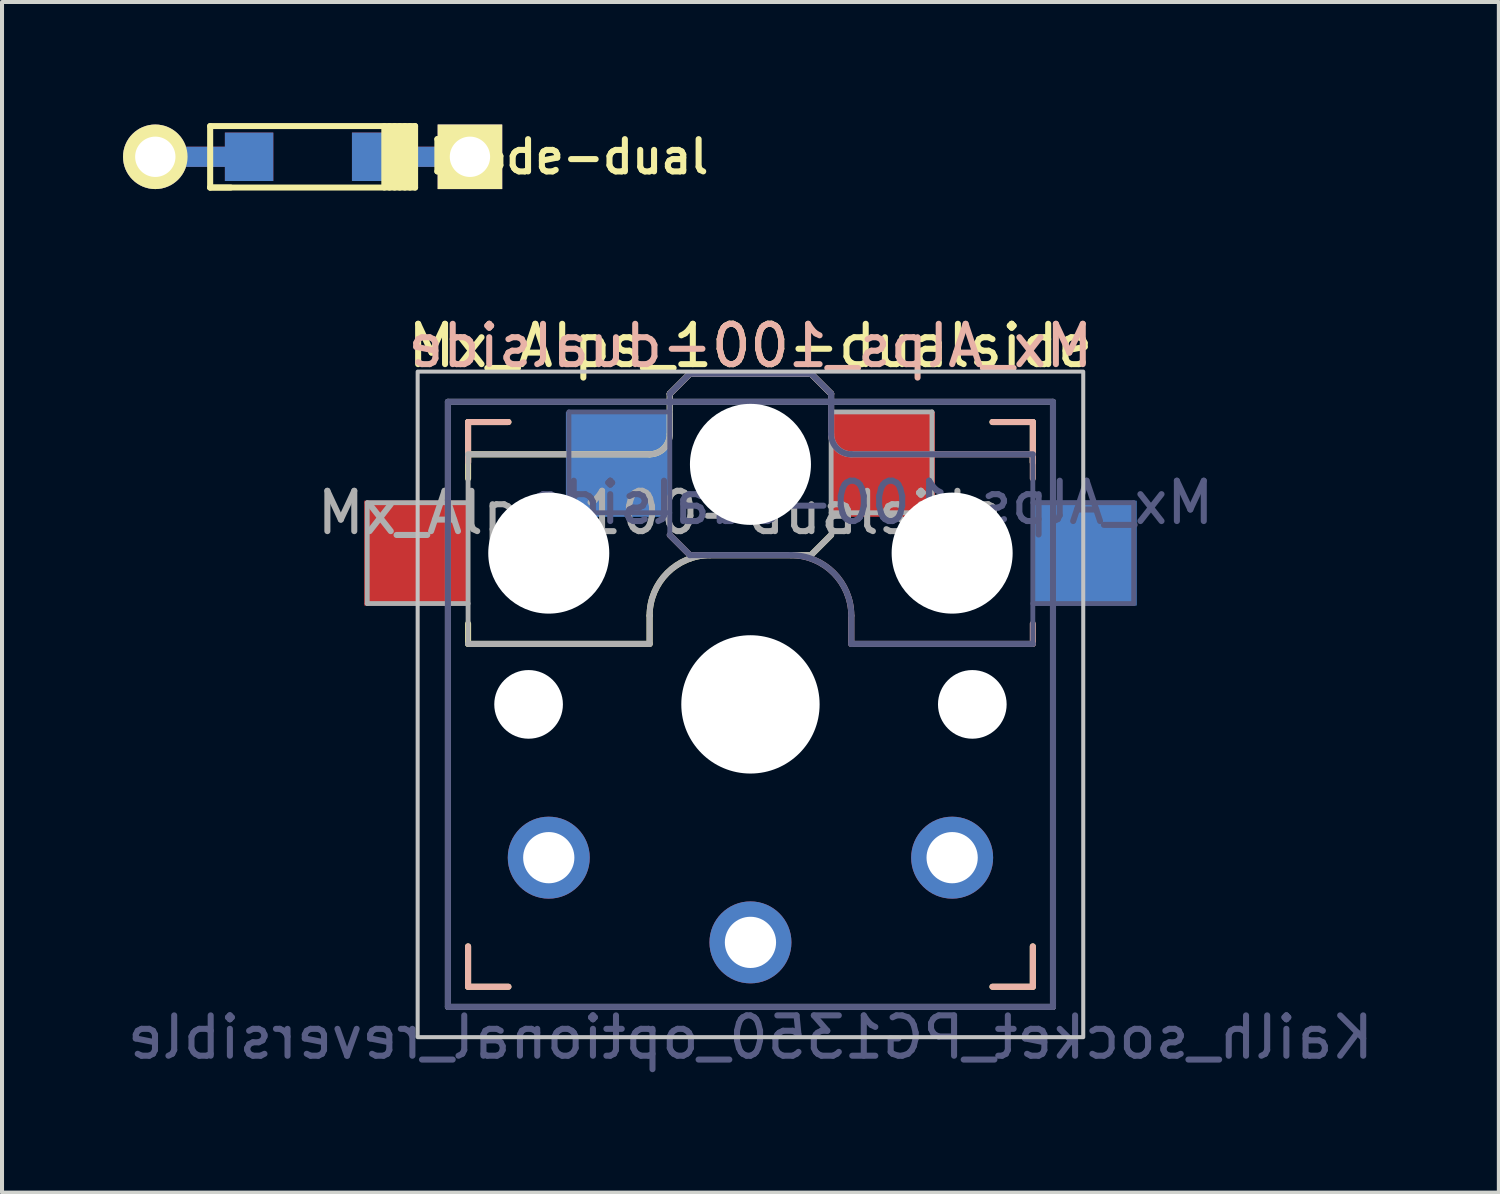
<source format=kicad_pcb>
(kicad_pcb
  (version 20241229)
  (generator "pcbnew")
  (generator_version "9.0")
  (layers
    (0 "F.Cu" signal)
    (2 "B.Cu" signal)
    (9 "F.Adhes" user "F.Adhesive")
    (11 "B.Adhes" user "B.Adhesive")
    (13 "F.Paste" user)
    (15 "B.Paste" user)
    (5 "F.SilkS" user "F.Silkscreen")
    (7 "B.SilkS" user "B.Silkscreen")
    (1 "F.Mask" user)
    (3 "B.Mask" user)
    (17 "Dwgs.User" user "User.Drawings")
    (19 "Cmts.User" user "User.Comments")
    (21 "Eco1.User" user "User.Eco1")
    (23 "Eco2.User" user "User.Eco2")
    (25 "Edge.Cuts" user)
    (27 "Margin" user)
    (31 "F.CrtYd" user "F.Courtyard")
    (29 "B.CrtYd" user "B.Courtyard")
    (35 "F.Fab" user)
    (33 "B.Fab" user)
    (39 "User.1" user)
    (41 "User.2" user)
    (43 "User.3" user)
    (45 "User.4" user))
  (footprint "Diode-dual"
    (layer "F.Cu")
    (at 4.7 0.837)
    (property "Reference" "Diode-dual" (at 6.35 0 0) (layer "F.SilkS") (effects (font (size 0.8 0.8) (thickness 0.15))))
    (attr smd)
    (fp_line (start -2.54 0.762) (end -2.032 0.762) (stroke (width 0.15) (type solid)) (layer "F.SilkS"))
    (fp_line (start -2.54 0.762) (end 2.54 0.762) (stroke (width 0.15) (type solid)) (layer "F.SilkS"))
    (fp_line (start -2.54 -0.762) (end -2.54 0.762) (stroke (width 0.15) (type solid)) (layer "F.SilkS"))
    (fp_line (start 1.778 0.762) (end 1.778 -0.762) (stroke (width 0.15) (type solid)) (layer "F.SilkS"))
    (fp_line (start 1.905 0.762) (end 1.905 -0.762) (stroke (width 0.15) (type solid)) (layer "F.SilkS"))
    (fp_line (start 2.032 -0.762) (end 2.032 0.762) (stroke (width 0.15) (type solid)) (layer "F.SilkS"))
    (fp_line (start 2.159 0.762) (end 2.159 -0.762) (stroke (width 0.15) (type solid)) (layer "F.SilkS"))
    (fp_line (start 2.286 -0.762) (end 2.286 0.762) (stroke (width 0.15) (type solid)) (layer "F.SilkS"))
    (fp_line (start 2.413 0.762) (end 2.413 -0.762) (stroke (width 0.15) (type solid)) (layer "F.SilkS"))
    (fp_line (start 2.54 0.762) (end 2.54 -0.762) (stroke (width 0.15) (type solid)) (layer "F.SilkS"))
    (fp_line (start 2.54 -0.762) (end -2.54 -0.762) (stroke (width 0.15) (type solid)) (layer "F.SilkS"))
    (pad "1" smd rect (at 1.575 0) (size 1.2 1.2) (layers "F.Cu" "F.Mask" "F.Paste"))
    (pad "1" smd rect (at 1.575 0) (size 1.2 1.2) (layers "B.Cu" "B.Mask" "B.Paste"))
    (pad "1" smd rect (at 2.7 0) (size 2.5 0.5) (layers "F.Cu"))
    (pad "1" smd rect (at 2.7 0) (size 2.5 0.5) (layers "B.Cu"))
    (pad "1" thru_hole rect (at 3.9 0) (size 1.6 1.6) (drill 1) (layers "*.Cu" "*.Mask" "F.SilkS"))
    (pad "2" thru_hole circle (at -3.9 0) (size 1.6 1.6) (drill 1) (layers "*.Cu" "*.Mask" "F.SilkS"))
    (pad "2" smd rect (at -2.7 0) (size 2.5 0.5) (layers "F.Cu"))
    (pad "2" smd rect (at -2.7 0) (size 2.5 0.5) (layers "B.Cu"))
    (pad "2" smd rect (at -1.575 0) (size 1.2 1.2) (layers "F.Cu" "F.Mask" "F.Paste"))
    (pad "2" smd rect (at -1.575 0) (size 1.2 1.2) (layers "B.Cu" "B.Mask" "B.Paste")))
  (footprint "Mx_Alps_100-dualside"
    (layer "F.Cu")
    (at 15.554 14.412)
    (property "Reference" "Mx_Alps_100-dualside" (at 0 -8.89 0) (layer "F.SilkS") (effects (font (size 1 1) (thickness 0.15))))
    (property "Value" "Kailh_socket_PG1350_optional_reversible" (at 0 8.255 0) (layer "F.Fab") (hide yes) (effects (font (size 1 1) (thickness 0.15))))
    (attr through_hole)
    (fp_line (start -7 -7) (end -6 -7) (stroke (width 0.15) (type solid)) (layer "F.SilkS"))
    (fp_line (start -7 -6.2) (end -2.5 -6.2) (stroke (width 0.15) (type solid)) (layer "F.SilkS"))
    (fp_line (start -7 -6) (end -7 -7) (stroke (width 0.15) (type solid)) (layer "F.SilkS"))
    (fp_line (start -7 -5.6) (end -7 -6.2) (stroke (width 0.15) (type solid)) (layer "F.SilkS"))
    (fp_line (start -7 -1.5) (end -7 -2) (stroke (width 0.15) (type solid)) (layer "F.SilkS"))
    (fp_line (start -7 7) (end -7 6) (stroke (width 0.15) (type solid)) (layer "F.SilkS"))
    (fp_line (start -6 7) (end -7 7) (stroke (width 0.15) (type solid)) (layer "F.SilkS"))
    (fp_line (start -2.5 -2.2) (end -2.5 -1.5) (stroke (width 0.15) (type solid)) (layer "F.SilkS"))
    (fp_line (start -2.5 -1.5) (end -7 -1.5) (stroke (width 0.15) (type solid)) (layer "F.SilkS"))
    (fp_line (start -2 -6.7) (end -2 -7.7) (stroke (width 0.15) (type solid)) (layer "F.SilkS"))
    (fp_line (start -1.5 -8.2) (end -2 -7.7) (stroke (width 0.15) (type solid)) (layer "F.SilkS"))
    (fp_line (start 1.5 -8.2) (end -1.5 -8.2) (stroke (width 0.15) (type solid)) (layer "F.SilkS"))
    (fp_line (start 1.5 -3.7) (end -1 -3.7) (stroke (width 0.15) (type solid)) (layer "F.SilkS"))
    (fp_line (start 2 -7.7) (end 1.5 -8.2) (stroke (width 0.15) (type solid)) (layer "F.SilkS"))
    (fp_line (start 2 -4.2) (end 1.5 -3.7) (stroke (width 0.15) (type solid)) (layer "F.SilkS"))
    (fp_line (start 6 -7) (end 7 -7) (stroke (width 0.15) (type solid)) (layer "F.SilkS"))
    (fp_line (start 7 -7) (end 7 -6) (stroke (width 0.15) (type solid)) (layer "F.SilkS"))
    (fp_line (start 7 6) (end 7 7) (stroke (width 0.15) (type solid)) (layer "F.SilkS"))
    (fp_line (start 7 7) (end 6 7) (stroke (width 0.15) (type solid)) (layer "F.SilkS"))
    (fp_arc (start -2.5 -2.2) (mid -2.06066 -3.26066) (end -1 -3.7) (stroke (width 0.15) (type solid)) (layer "F.SilkS"))
    (fp_arc (start -2 -6.7) (mid -2.146447 -6.346447) (end -2.5 -6.2) (stroke (width 0.15) (type solid)) (layer "F.SilkS"))
    (fp_line (start -7 -7) (end -6 -7) (stroke (width 0.15) (type solid)) (layer "B.SilkS"))
    (fp_line (start -7 -6) (end -7 -7) (stroke (width 0.15) (type solid)) (layer "B.SilkS"))
    (fp_line (start -7 7) (end -7 6) (stroke (width 0.15) (type solid)) (layer "B.SilkS"))
    (fp_line (start -6 7) (end -7 7) (stroke (width 0.15) (type solid)) (layer "B.SilkS"))
    (fp_line (start -2 -7.7) (end -1.5 -8.2) (stroke (width 0.15) (type solid)) (layer "B.SilkS"))
    (fp_line (start -2 -4.2) (end -1.5 -3.7) (stroke (width 0.15) (type solid)) (layer "B.SilkS"))
    (fp_line (start -1.5 -8.2) (end 1.5 -8.2) (stroke (width 0.15) (type solid)) (layer "B.SilkS"))
    (fp_line (start -1.5 -3.7) (end 1 -3.7) (stroke (width 0.15) (type solid)) (layer "B.SilkS"))
    (fp_line (start 1.5 -8.2) (end 2 -7.7) (stroke (width 0.15) (type solid)) (layer "B.SilkS"))
    (fp_line (start 2 -6.7) (end 2 -7.7) (stroke (width 0.15) (type solid)) (layer "B.SilkS"))
    (fp_line (start 2.5 -2.2) (end 2.5 -1.5) (stroke (width 0.15) (type solid)) (layer "B.SilkS"))
    (fp_line (start 2.5 -1.5) (end 7 -1.5) (stroke (width 0.15) (type solid)) (layer "B.SilkS"))
    (fp_line (start 6 -7) (end 7 -7) (stroke (width 0.15) (type solid)) (layer "B.SilkS"))
    (fp_line (start 7 -7) (end 7 -6) (stroke (width 0.15) (type solid)) (layer "B.SilkS"))
    (fp_line (start 7 -6.2) (end 2.5 -6.2) (stroke (width 0.15) (type solid)) (layer "B.SilkS"))
    (fp_line (start 7 -5.6) (end 7 -6.2) (stroke (width 0.15) (type solid)) (layer "B.SilkS"))
    (fp_line (start 7 -1.5) (end 7 -2) (stroke (width 0.15) (type solid)) (layer "B.SilkS"))
    (fp_line (start 7 6) (end 7 7) (stroke (width 0.15) (type solid)) (layer "B.SilkS"))
    (fp_line (start 7 7) (end 6 7) (stroke (width 0.15) (type solid)) (layer "B.SilkS"))
    (fp_arc (start 1 -3.7) (mid 2.06066 -3.26066) (end 2.5 -2.2) (stroke (width 0.15) (type solid)) (layer "B.SilkS"))
    (fp_arc (start 2.5 -6.2) (mid 2.146447 -6.346447) (end 2 -6.7) (stroke (width 0.15) (type solid)) (layer "B.SilkS"))
    (fp_rect (start -8.25 -8.25) (end 8.25 8.25) (stroke (width 0.1) (type solid)) (fill no) (layer "Dwgs.User"))
    (fp_line (start -6.9 6.9) (end -6.9 -6.9) (stroke (width 0.15) (type solid)) (layer "Eco2.User"))
    (fp_line (start -6.9 6.9) (end 6.9 6.9) (stroke (width 0.15) (type solid)) (layer "Eco2.User"))
    (fp_line (start -2.6 -3.1) (end -2.6 -6.3) (stroke (width 0.15) (type solid)) (layer "Eco2.User"))
    (fp_line (start -2.6 -3.1) (end 2.6 -3.1) (stroke (width 0.15) (type solid)) (layer "Eco2.User"))
    (fp_line (start 2.6 -6.3) (end -2.6 -6.3) (stroke (width 0.15) (type solid)) (layer "Eco2.User"))
    (fp_line (start 2.6 -3.1) (end 2.6 -6.3) (stroke (width 0.15) (type solid)) (layer "Eco2.User"))
    (fp_line (start 6.9 -6.9) (end -6.9 -6.9) (stroke (width 0.15) (type solid)) (layer "Eco2.User"))
    (fp_line (start 6.9 -6.9) (end 6.9 6.9) (stroke (width 0.15) (type solid)) (layer "Eco2.User"))
    (fp_line (start -7.5 -7.5) (end 7.5 -7.5) (stroke (width 0.15) (type solid)) (layer "B.Fab"))
    (fp_line (start -7.5 7.5) (end -7.5 -7.5) (stroke (width 0.15) (type solid)) (layer "B.Fab"))
    (fp_line (start -4.5 -7.25) (end -2 -7.25) (stroke (width 0.12) (type solid)) (layer "B.Fab"))
    (fp_line (start -4.5 -4.75) (end -4.5 -7.25) (stroke (width 0.12) (type solid)) (layer "B.Fab"))
    (fp_line (start -2 -7.7) (end -1.5 -8.2) (stroke (width 0.15) (type solid)) (layer "B.Fab"))
    (fp_line (start -2 -4.75) (end -4.5 -4.75) (stroke (width 0.12) (type solid)) (layer "B.Fab"))
    (fp_line (start -2 -4.25) (end -2 -7.7) (stroke (width 0.12) (type solid)) (layer "B.Fab"))
    (fp_line (start -2 -4.2) (end -1.5 -3.7) (stroke (width 0.15) (type solid)) (layer "B.Fab"))
    (fp_line (start -1.5 -8.2) (end 1.5 -8.2) (stroke (width 0.15) (type solid)) (layer "B.Fab"))
    (fp_line (start -1.5 -3.7) (end 1 -3.7) (stroke (width 0.15) (type solid)) (layer "B.Fab"))
    (fp_line (start 1.5 -8.2) (end 2 -7.7) (stroke (width 0.15) (type solid)) (layer "B.Fab"))
    (fp_line (start 2 -6.7) (end 2 -7.7) (stroke (width 0.15) (type solid)) (layer "B.Fab"))
    (fp_line (start 2.5 -2.2) (end 2.5 -1.5) (stroke (width 0.15) (type solid)) (layer "B.Fab"))
    (fp_line (start 2.5 -1.5) (end 7 -1.5) (stroke (width 0.15) (type solid)) (layer "B.Fab"))
    (fp_line (start 7 -6.2) (end 2.5 -6.2) (stroke (width 0.15) (type solid)) (layer "B.Fab"))
    (fp_line (start 7 -5) (end 9.5 -5) (stroke (width 0.12) (type solid)) (layer "B.Fab"))
    (fp_line (start 7 -1.5) (end 7 -6.2) (stroke (width 0.12) (type solid)) (layer "B.Fab"))
    (fp_line (start 7.5 -7.5) (end 7.5 7.5) (stroke (width 0.15) (type solid)) (layer "B.Fab"))
    (fp_line (start 7.5 7.5) (end -7.5 7.5) (stroke (width 0.15) (type solid)) (layer "B.Fab"))
    (fp_line (start 9.5 -5) (end 9.5 -2.5) (stroke (width 0.12) (type solid)) (layer "B.Fab"))
    (fp_line (start 9.5 -2.5) (end 7 -2.5) (stroke (width 0.12) (type solid)) (layer "B.Fab"))
    (fp_arc (start 1 -3.7) (mid 2.06066 -3.26066) (end 2.5 -2.2) (stroke (width 0.15) (type solid)) (layer "B.Fab"))
    (fp_arc (start 2.5 -6.2) (mid 2.146447 -6.346447) (end 2 -6.7) (stroke (width 0.15) (type solid)) (layer "B.Fab"))
    (fp_line (start -9.5 -5) (end -9.5 -2.5) (stroke (width 0.12) (type solid)) (layer "F.Fab"))
    (fp_line (start -9.5 -2.5) (end -7 -2.5) (stroke (width 0.12) (type solid)) (layer "F.Fab"))
    (fp_line (start -7.5 -7.5) (end 7.5 -7.5) (stroke (width 0.15) (type solid)) (layer "F.Fab"))
    (fp_line (start -7.5 7.5) (end -7.5 -7.5) (stroke (width 0.15) (type solid)) (layer "F.Fab"))
    (fp_line (start -7 -6.2) (end -2.5 -6.2) (stroke (width 0.15) (type solid)) (layer "F.Fab"))
    (fp_line (start -7 -5) (end -9.5 -5) (stroke (width 0.12) (type solid)) (layer "F.Fab"))
    (fp_line (start -7 -1.5) (end -7 -6.2) (stroke (width 0.12) (type solid)) (layer "F.Fab"))
    (fp_line (start -2.5 -2.2) (end -2.5 -1.5) (stroke (width 0.15) (type solid)) (layer "F.Fab"))
    (fp_line (start -2.5 -1.5) (end -7 -1.5) (stroke (width 0.15) (type solid)) (layer "F.Fab"))
    (fp_line (start -2 -6.7) (end -2 -7.7) (stroke (width 0.15) (type solid)) (layer "F.Fab"))
    (fp_line (start -1.5 -8.2) (end -2 -7.7) (stroke (width 0.15) (type solid)) (layer "F.Fab"))
    (fp_line (start 1.5 -8.2) (end -1.5 -8.2) (stroke (width 0.15) (type solid)) (layer "F.Fab"))
    (fp_line (start 1.5 -3.7) (end -1 -3.7) (stroke (width 0.15) (type solid)) (layer "F.Fab"))
    (fp_line (start 2 -7.7) (end 1.5 -8.2) (stroke (width 0.15) (type solid)) (layer "F.Fab"))
    (fp_line (start 2 -4.75) (end 4.5 -4.75) (stroke (width 0.12) (type solid)) (layer "F.Fab"))
    (fp_line (start 2 -4.25) (end 2 -7.7) (stroke (width 0.12) (type solid)) (layer "F.Fab"))
    (fp_line (start 2 -4.2) (end 1.5 -3.7) (stroke (width 0.15) (type solid)) (layer "F.Fab"))
    (fp_line (start 4.5 -7.25) (end 2 -7.25) (stroke (width 0.12) (type solid)) (layer "F.Fab"))
    (fp_line (start 4.5 -4.75) (end 4.5 -7.25) (stroke (width 0.12) (type solid)) (layer "F.Fab"))
    (fp_line (start 7.5 -7.5) (end 7.5 7.5) (stroke (width 0.15) (type solid)) (layer "F.Fab"))
    (fp_line (start 7.5 7.5) (end -7.5 7.5) (stroke (width 0.15) (type solid)) (layer "F.Fab"))
    (fp_arc (start -2.5 -2.2) (mid -2.06066 -3.26066) (end -1 -3.7) (stroke (width 0.15) (type solid)) (layer "F.Fab"))
    (fp_arc (start -2 -6.7) (mid -2.146447 -6.346447) (end -2.5 -6.2) (stroke (width 0.15) (type solid)) (layer "F.Fab"))
    (fp_text user "${REFERENCE}" (at 0 -8.89 0) (layer "B.SilkS") (effects (font (size 1 1) (thickness 0.15)) (justify mirror)))
    (fp_text user "${VALUE}" (at 0 8.255 0) (layer "B.Fab") (effects (font (size 1 1) (thickness 0.15)) (justify mirror)))
    (fp_text user "${REFERENCE}" (at 3 -5 180) (layer "B.Fab") (effects (font (size 1 1) (thickness 0.15)) (justify mirror)))
    (fp_text user "${REFERENCE}" (at -2.25 -4.75 0) (layer "F.Fab") (effects (font (size 1 1) (thickness 0.15))))
    (pad "" np_thru_hole circle (at -5.5 0) (size 1.702 1.702) (drill 1.702) (layers "*.Cu" "*.Mask"))
    (pad "" np_thru_hole circle (at -5 -3.75) (size 3 3) (drill 3) (layers "*.Cu" "*.Mask"))
    (pad "" np_thru_hole circle (at 0 -5.95) (size 3 3) (drill 3) (layers "*.Cu" "*.Mask"))
    (pad "" np_thru_hole circle (at 0 0) (size 3.429 3.429) (drill 3.429) (layers "*.Cu" "*.Mask"))
    (pad "" np_thru_hole circle (at 5 -3.75) (size 3 3) (drill 3) (layers "*.Cu" "*.Mask"))
    (pad "" np_thru_hole circle (at 5.5 0) (size 1.702 1.702) (drill 1.702) (layers "*.Cu" "*.Mask"))
    (pad "1" smd rect (at -3.275 -5.95) (size 2.6 2.6) (layers "B.Cu" "B.Mask" "B.Paste"))
    (pad "1" thru_hole circle (at 0 5.9) (size 2.032 2.032) (drill 1.27) (layers "*.Cu" "*.Mask"))
    (pad "1" smd rect (at 3.275 -5.95) (size 2.6 2.6) (layers "F.Cu" "F.Mask" "F.Paste"))
    (pad "2" smd rect (at -8.275 -3.75) (size 2.6 2.6) (layers "F.Cu" "F.Mask" "F.Paste"))
    (pad "2" thru_hole circle (at -5 3.8) (size 2.032 2.032) (drill 1.27) (layers "*.Cu" "*.Mask"))
    (pad "2" thru_hole circle (at 5 3.8) (size 2.032 2.032) (drill 1.27) (layers "*.Cu" "*.Mask"))
    (pad "2" smd rect (at 8.275 -3.75) (size 2.6 2.6) (layers "B.Cu" "B.Mask" "B.Paste")))
  (gr_rect
    (start -3 -3)
    (end 34.107 26.515)
    (stroke (width 0.1) (type default))
    (fill no)
    (layer "Edge.Cuts")))
</source>
